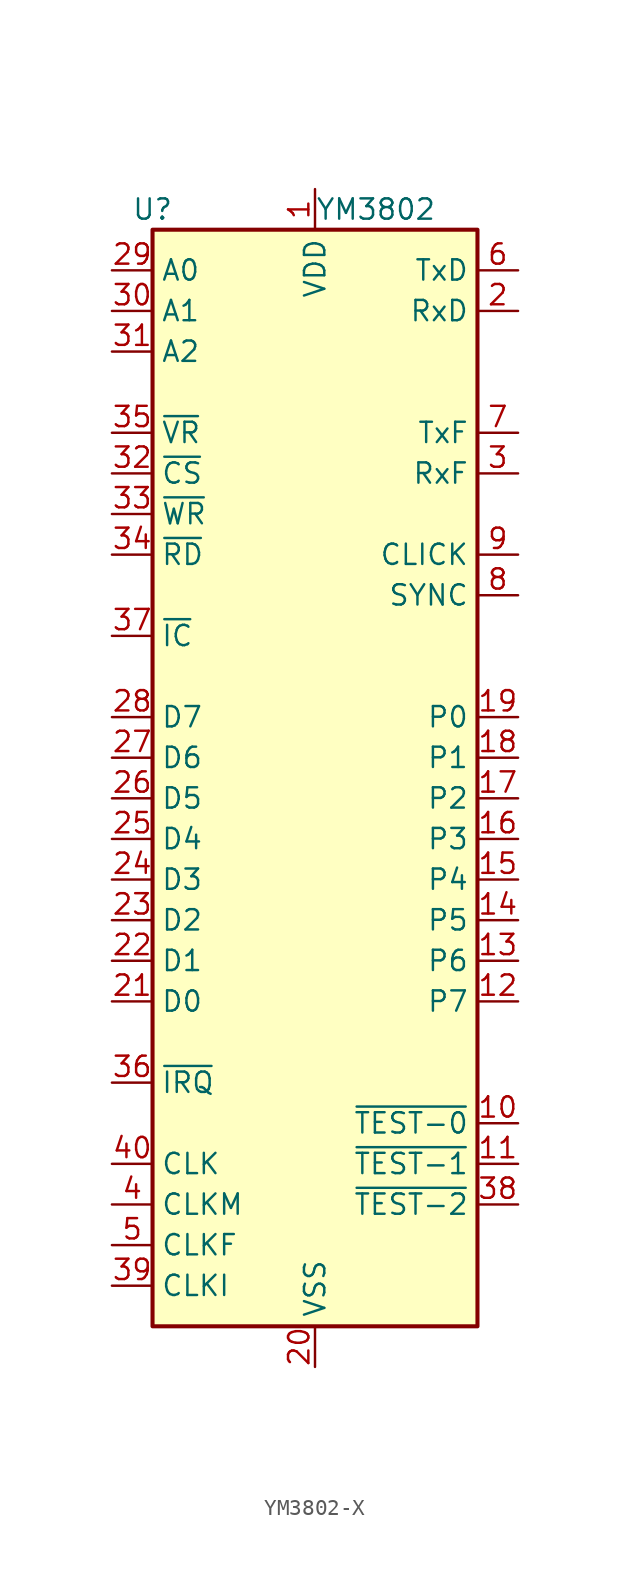
<source format=kicad_sym>
(kicad_symbol_lib
  (version 20241209)
  (generator "kicad_symbol_editor")
  (generator_version "9.0")
  (symbol "YM3802-X"
    (property "Reference" "U"
      (at -10.16 29.21 0)
      (effects (font (size 1.27 1.27))))
    (property "Value" "YM3802"
      (at 3.81 29.21 0)
      (effects (font (size 1.27 1.27))))
    (symbol "YM3802-X_0_1"
      (rectangle (start -10.16 27.94) (end 10.16 -40.64) (stroke (width 0.254) (type default)) (fill (type background))))
    (symbol "YM3802-X_1_1"
      (pin input line (at -12.7 25.4 0) (length 2.54) (name "A0" (effects (font (size 1.27 1.27)))) (number "29" (effects (font (size 1.27 1.27)))))
      (pin input line (at -12.7 22.86 0) (length 2.54) (name "A1" (effects (font (size 1.27 1.27)))) (number "30" (effects (font (size 1.27 1.27)))))
      (pin input line (at -12.7 20.32 0) (length 2.54) (name "A2" (effects (font (size 1.27 1.27)))) (number "31" (effects (font (size 1.27 1.27)))))
      (pin input line (at -12.7 15.24 0) (length 2.54) (name "~{VR}" (effects (font (size 1.27 1.27)))) (number "35" (effects (font (size 1.27 1.27)))))
      (pin input line (at -12.7 12.7 0) (length 2.54) (name "~{CS}" (effects (font (size 1.27 1.27)))) (number "32" (effects (font (size 1.27 1.27)))))
      (pin input line (at -12.7 10.16 0) (length 2.54) (name "~{WR}" (effects (font (size 1.27 1.27)))) (number "33" (effects (font (size 1.27 1.27)))))
      (pin input line (at -12.7 7.62 0) (length 2.54) (name "~{RD}" (effects (font (size 1.27 1.27)))) (number "34" (effects (font (size 1.27 1.27)))))
      (pin input line (at -12.7 2.54 0) (length 2.54) (name "~{IC}" (effects (font (size 1.27 1.27)))) (number "37" (effects (font (size 1.27 1.27)))))
      (pin bidirectional line (at -12.7 -2.54 0) (length 2.54) (name "D7" (effects (font (size 1.27 1.27)))) (number "28" (effects (font (size 1.27 1.27)))))
      (pin bidirectional line (at -12.7 -5.08 0) (length 2.54) (name "D6" (effects (font (size 1.27 1.27)))) (number "27" (effects (font (size 1.27 1.27)))))
      (pin bidirectional line (at -12.7 -7.62 0) (length 2.54) (name "D5" (effects (font (size 1.27 1.27)))) (number "26" (effects (font (size 1.27 1.27)))))
      (pin bidirectional line (at -12.7 -10.16 0) (length 2.54) (name "D4" (effects (font (size 1.27 1.27)))) (number "25" (effects (font (size 1.27 1.27)))))
      (pin bidirectional line (at -12.7 -12.7 0) (length 2.54) (name "D3" (effects (font (size 1.27 1.27)))) (number "24" (effects (font (size 1.27 1.27)))))
      (pin bidirectional line (at -12.7 -15.24 0) (length 2.54) (name "D2" (effects (font (size 1.27 1.27)))) (number "23" (effects (font (size 1.27 1.27)))))
      (pin bidirectional line (at -12.7 -17.78 0) (length 2.54) (name "D1" (effects (font (size 1.27 1.27)))) (number "22" (effects (font (size 1.27 1.27)))))
      (pin bidirectional line (at -12.7 -20.32 0) (length 2.54) (name "D0" (effects (font (size 1.27 1.27)))) (number "21" (effects (font (size 1.27 1.27)))))
      (pin output line (at -12.7 -25.4 0) (length 2.54) (name "~{IRQ}" (effects (font (size 1.27 1.27)))) (number "36" (effects (font (size 1.27 1.27)))))
      (pin input line (at -12.7 -30.48 0) (length 2.54) (name "CLK" (effects (font (size 1.27 1.27)))) (number "40" (effects (font (size 1.27 1.27)))))
      (pin input line (at -12.7 -33.02 0) (length 2.54) (name "CLKM" (effects (font (size 1.27 1.27)))) (number "4" (effects (font (size 1.27 1.27)))))
      (pin input line (at -12.7 -35.56 0) (length 2.54) (name "CLKF" (effects (font (size 1.27 1.27)))) (number "5" (effects (font (size 1.27 1.27)))))
      (pin output line (at -12.7 -38.1 0) (length 2.54) (name "CLKI" (effects (font (size 1.27 1.27)))) (number "39" (effects (font (size 1.27 1.27)))))
      (pin power_in line (at 0 30.48 270) (length 2.54) (name "VDD" (effects (font (size 1.27 1.27)))) (number "1" (effects (font (size 1.27 1.27)))))
      (pin power_in line (at 0 -43.18 90) (length 2.54) (name "VSS" (effects (font (size 1.27 1.27)))) (number "20" (effects (font (size 1.27 1.27)))))
      (pin output line (at 12.7 25.4 180) (length 2.54) (name "TxD" (effects (font (size 1.27 1.27)))) (number "6" (effects (font (size 1.27 1.27)))))
      (pin input line (at 12.7 22.86 180) (length 2.54) (name "RxD" (effects (font (size 1.27 1.27)))) (number "2" (effects (font (size 1.27 1.27)))))
      (pin output line (at 12.7 15.24 180) (length 2.54) (name "TxF" (effects (font (size 1.27 1.27)))) (number "7" (effects (font (size 1.27 1.27)))))
      (pin input line (at 12.7 12.7 180) (length 2.54) (name "RxF" (effects (font (size 1.27 1.27)))) (number "3" (effects (font (size 1.27 1.27)))))
      (pin output line (at 12.7 7.62 180) (length 2.54) (name "CLICK" (effects (font (size 1.27 1.27)))) (number "9" (effects (font (size 1.27 1.27)))))
      (pin output line (at 12.7 5.08 180) (length 2.54) (name "SYNC" (effects (font (size 1.27 1.27)))) (number "8" (effects (font (size 1.27 1.27)))))
      (pin bidirectional line (at 12.7 -2.54 180) (length 2.54) (name "P0" (effects (font (size 1.27 1.27)))) (number "19" (effects (font (size 1.27 1.27)))))
      (pin bidirectional line (at 12.7 -5.08 180) (length 2.54) (name "P1" (effects (font (size 1.27 1.27)))) (number "18" (effects (font (size 1.27 1.27)))))
      (pin bidirectional line (at 12.7 -7.62 180) (length 2.54) (name "P2" (effects (font (size 1.27 1.27)))) (number "17" (effects (font (size 1.27 1.27)))))
      (pin bidirectional line (at 12.7 -10.16 180) (length 2.54) (name "P3" (effects (font (size 1.27 1.27)))) (number "16" (effects (font (size 1.27 1.27)))))
      (pin bidirectional line (at 12.7 -12.7 180) (length 2.54) (name "P4" (effects (font (size 1.27 1.27)))) (number "15" (effects (font (size 1.27 1.27)))))
      (pin bidirectional line (at 12.7 -15.24 180) (length 2.54) (name "P5" (effects (font (size 1.27 1.27)))) (number "14" (effects (font (size 1.27 1.27)))))
      (pin bidirectional line (at 12.7 -17.78 180) (length 2.54) (name "P6" (effects (font (size 1.27 1.27)))) (number "13" (effects (font (size 1.27 1.27)))))
      (pin bidirectional line (at 12.7 -20.32 180) (length 2.54) (name "P7" (effects (font (size 1.27 1.27)))) (number "12" (effects (font (size 1.27 1.27)))))
      (pin input line (at 12.7 -27.94 180) (length 2.54) (name "~{TEST-0}" (effects (font (size 1.27 1.27)))) (number "10" (effects (font (size 1.27 1.27)))))
      (pin input line (at 12.7 -30.48 180) (length 2.54) (name "~{TEST-1}" (effects (font (size 1.27 1.27)))) (number "11" (effects (font (size 1.27 1.27)))))
      (pin input line (at 12.7 -33.02 180) (length 2.54) (name "~{TEST-2}" (effects (font (size 1.27 1.27)))) (number "38" (effects (font (size 1.27 1.27))))))))
</source>
